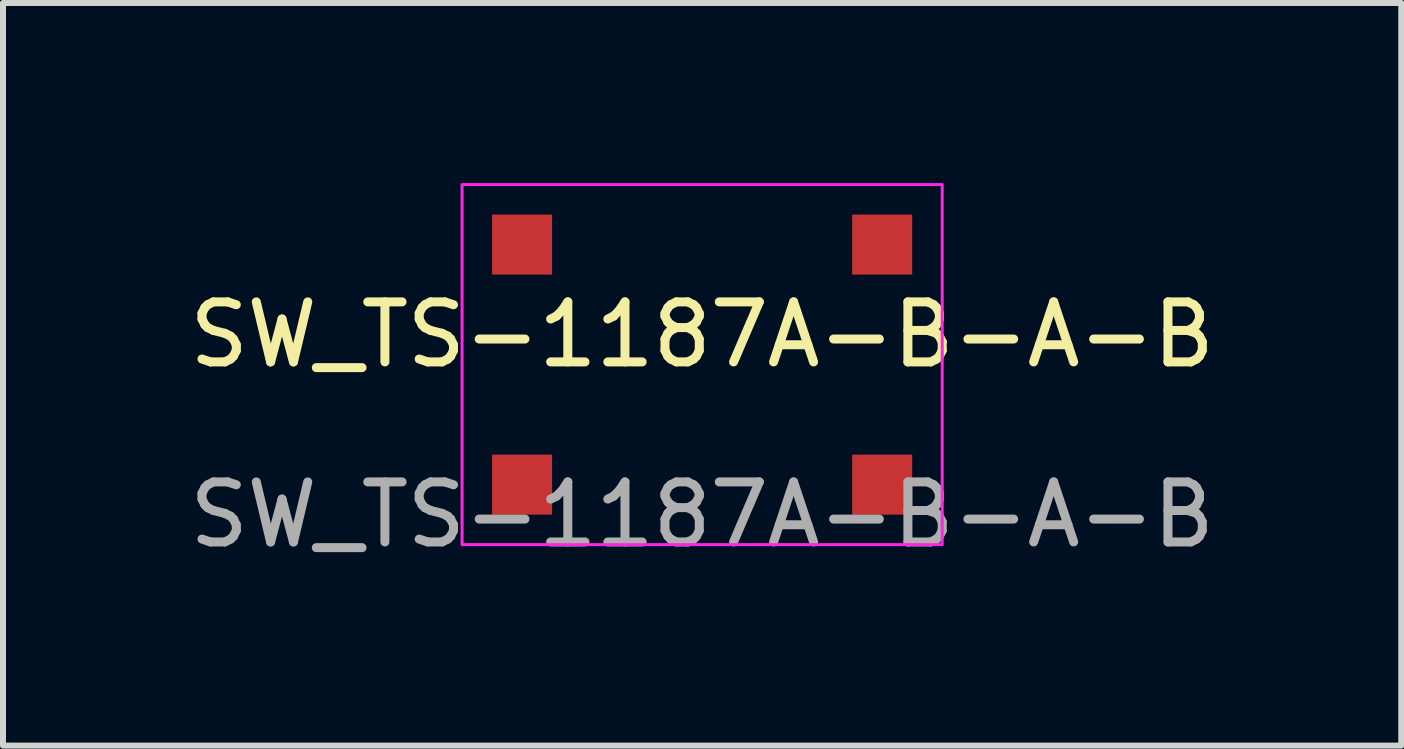
<source format=kicad_pcb>
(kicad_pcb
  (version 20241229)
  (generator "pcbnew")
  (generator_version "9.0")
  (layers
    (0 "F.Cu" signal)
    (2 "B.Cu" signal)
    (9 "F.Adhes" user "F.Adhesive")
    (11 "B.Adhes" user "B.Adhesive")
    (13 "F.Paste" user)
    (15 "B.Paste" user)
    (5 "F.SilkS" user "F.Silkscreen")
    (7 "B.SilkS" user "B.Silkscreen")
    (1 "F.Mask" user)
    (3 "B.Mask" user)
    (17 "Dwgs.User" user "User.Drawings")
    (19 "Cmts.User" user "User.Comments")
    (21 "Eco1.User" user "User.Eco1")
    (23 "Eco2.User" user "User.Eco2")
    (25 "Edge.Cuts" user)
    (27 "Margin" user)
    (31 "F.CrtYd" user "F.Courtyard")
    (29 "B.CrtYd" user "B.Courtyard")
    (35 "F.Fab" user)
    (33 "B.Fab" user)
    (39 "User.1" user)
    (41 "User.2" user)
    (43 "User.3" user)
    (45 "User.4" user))
  (footprint "SW_TS-1187A-B-A-B"
    (layer "F.Cu")
    (at 8.649 3.025)
    (property "Reference" "SW_TS-1187A-B-A-B" (at 0 -0.5 0) (unlocked yes) (layer "F.SilkS") (effects (font (size 1 1) (thickness 0.15))))
    (attr smd)
    (fp_rect (start -4 -3) (end 4 3) (stroke (width 0.05) (type solid)) (fill no) (layer "F.CrtYd"))
    (fp_text user "${REFERENCE}" (at 0 2.5 0) (unlocked yes) (layer "F.Fab") (effects (font (size 1 1) (thickness 0.15))))
    (pad "1" smd rect (at -3 -2) (size 1 1) (layers "F.Cu" "F.Mask" "F.Paste"))
    (pad "2" smd rect (at 3 -2) (size 1 1) (layers "F.Cu" "F.Mask" "F.Paste"))
    (pad "3" smd rect (at -3 2) (size 1 1) (layers "F.Cu" "F.Mask" "F.Paste"))
    (pad "4" smd rect (at 3 2) (size 1 1) (layers "F.Cu" "F.Mask" "F.Paste")))
  (gr_rect
    (start -3 -3)
    (end 20.298 9.373)
    (stroke (width 0.1) (type default))
    (fill no)
    (layer "Edge.Cuts")))
</source>
